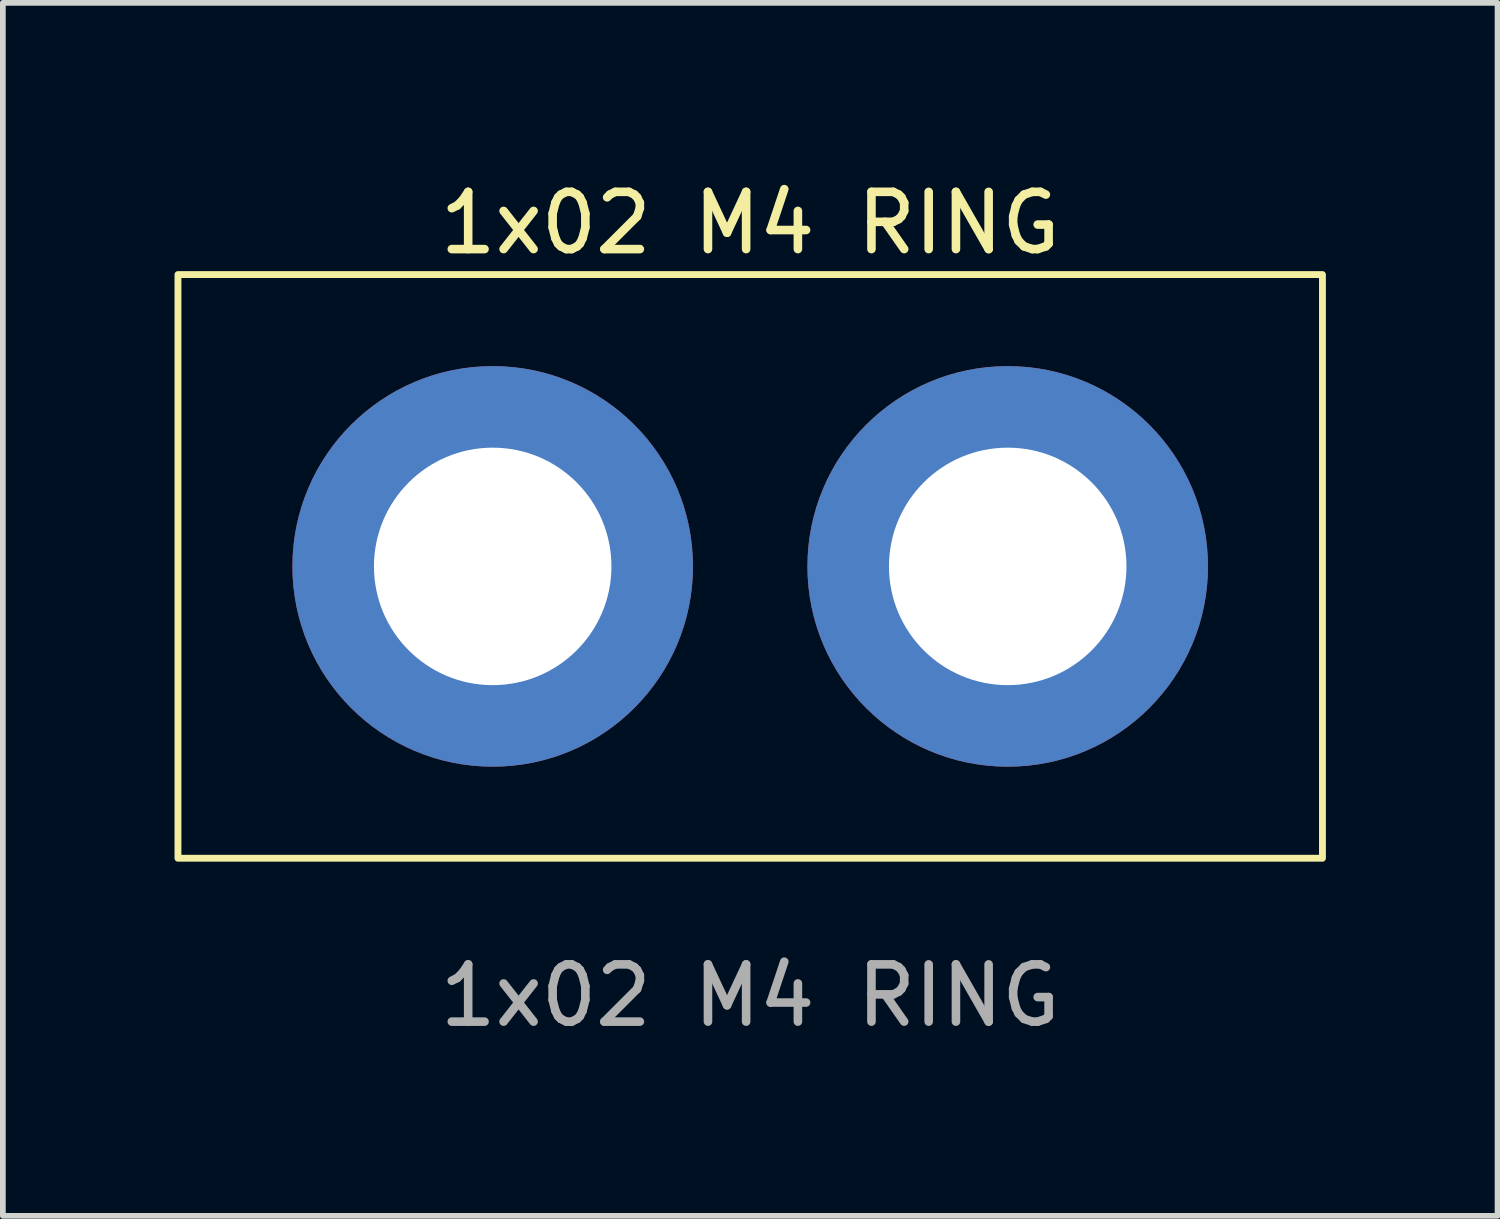
<source format=kicad_pcb>
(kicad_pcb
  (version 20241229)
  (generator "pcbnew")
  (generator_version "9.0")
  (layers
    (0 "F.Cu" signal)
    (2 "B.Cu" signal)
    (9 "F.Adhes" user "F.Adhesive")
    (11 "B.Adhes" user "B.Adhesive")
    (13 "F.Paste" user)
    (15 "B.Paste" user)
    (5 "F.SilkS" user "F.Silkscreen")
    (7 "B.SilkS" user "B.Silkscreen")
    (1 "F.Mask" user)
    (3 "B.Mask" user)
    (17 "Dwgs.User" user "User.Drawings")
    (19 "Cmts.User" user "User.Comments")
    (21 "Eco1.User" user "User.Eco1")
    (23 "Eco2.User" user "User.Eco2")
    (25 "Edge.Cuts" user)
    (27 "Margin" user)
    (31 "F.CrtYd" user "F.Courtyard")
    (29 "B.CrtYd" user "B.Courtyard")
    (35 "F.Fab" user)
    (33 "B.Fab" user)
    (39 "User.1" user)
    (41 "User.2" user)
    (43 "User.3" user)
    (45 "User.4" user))
  (footprint "1x02 M4 RING"
    (layer "F.Cu")
    (at 10.06 6.848)
    (property "Reference" "1x02 M4 RING" (at 0 -6 0) (unlocked yes) (layer "F.SilkS") (effects (font (size 1 1) (thickness 0.15))))
    (attr through_hole)
    (fp_rect (start -10 -5.1) (end 10 5.1) (stroke (width 0.12) (type default)) (fill no) (layer "F.SilkS"))
    (fp_text user "${REFERENCE}" (at 0 7.5 0) (unlocked yes) (layer "F.Fab") (effects (font (size 1 1) (thickness 0.15))))
    (pad "1" thru_hole circle (at -4.5 0) (size 7 7) (drill 4.15) (layers "*.Cu" "*.Mask"))
    (pad "2" thru_hole circle (at 4.5 0) (size 7 7) (drill 4.15) (layers "*.Cu" "*.Mask")))
  (gr_rect
    (start -3 -3)
    (end 23.12 18.197)
    (stroke (width 0.1) (type default))
    (fill no)
    (layer "Edge.Cuts")))
</source>
